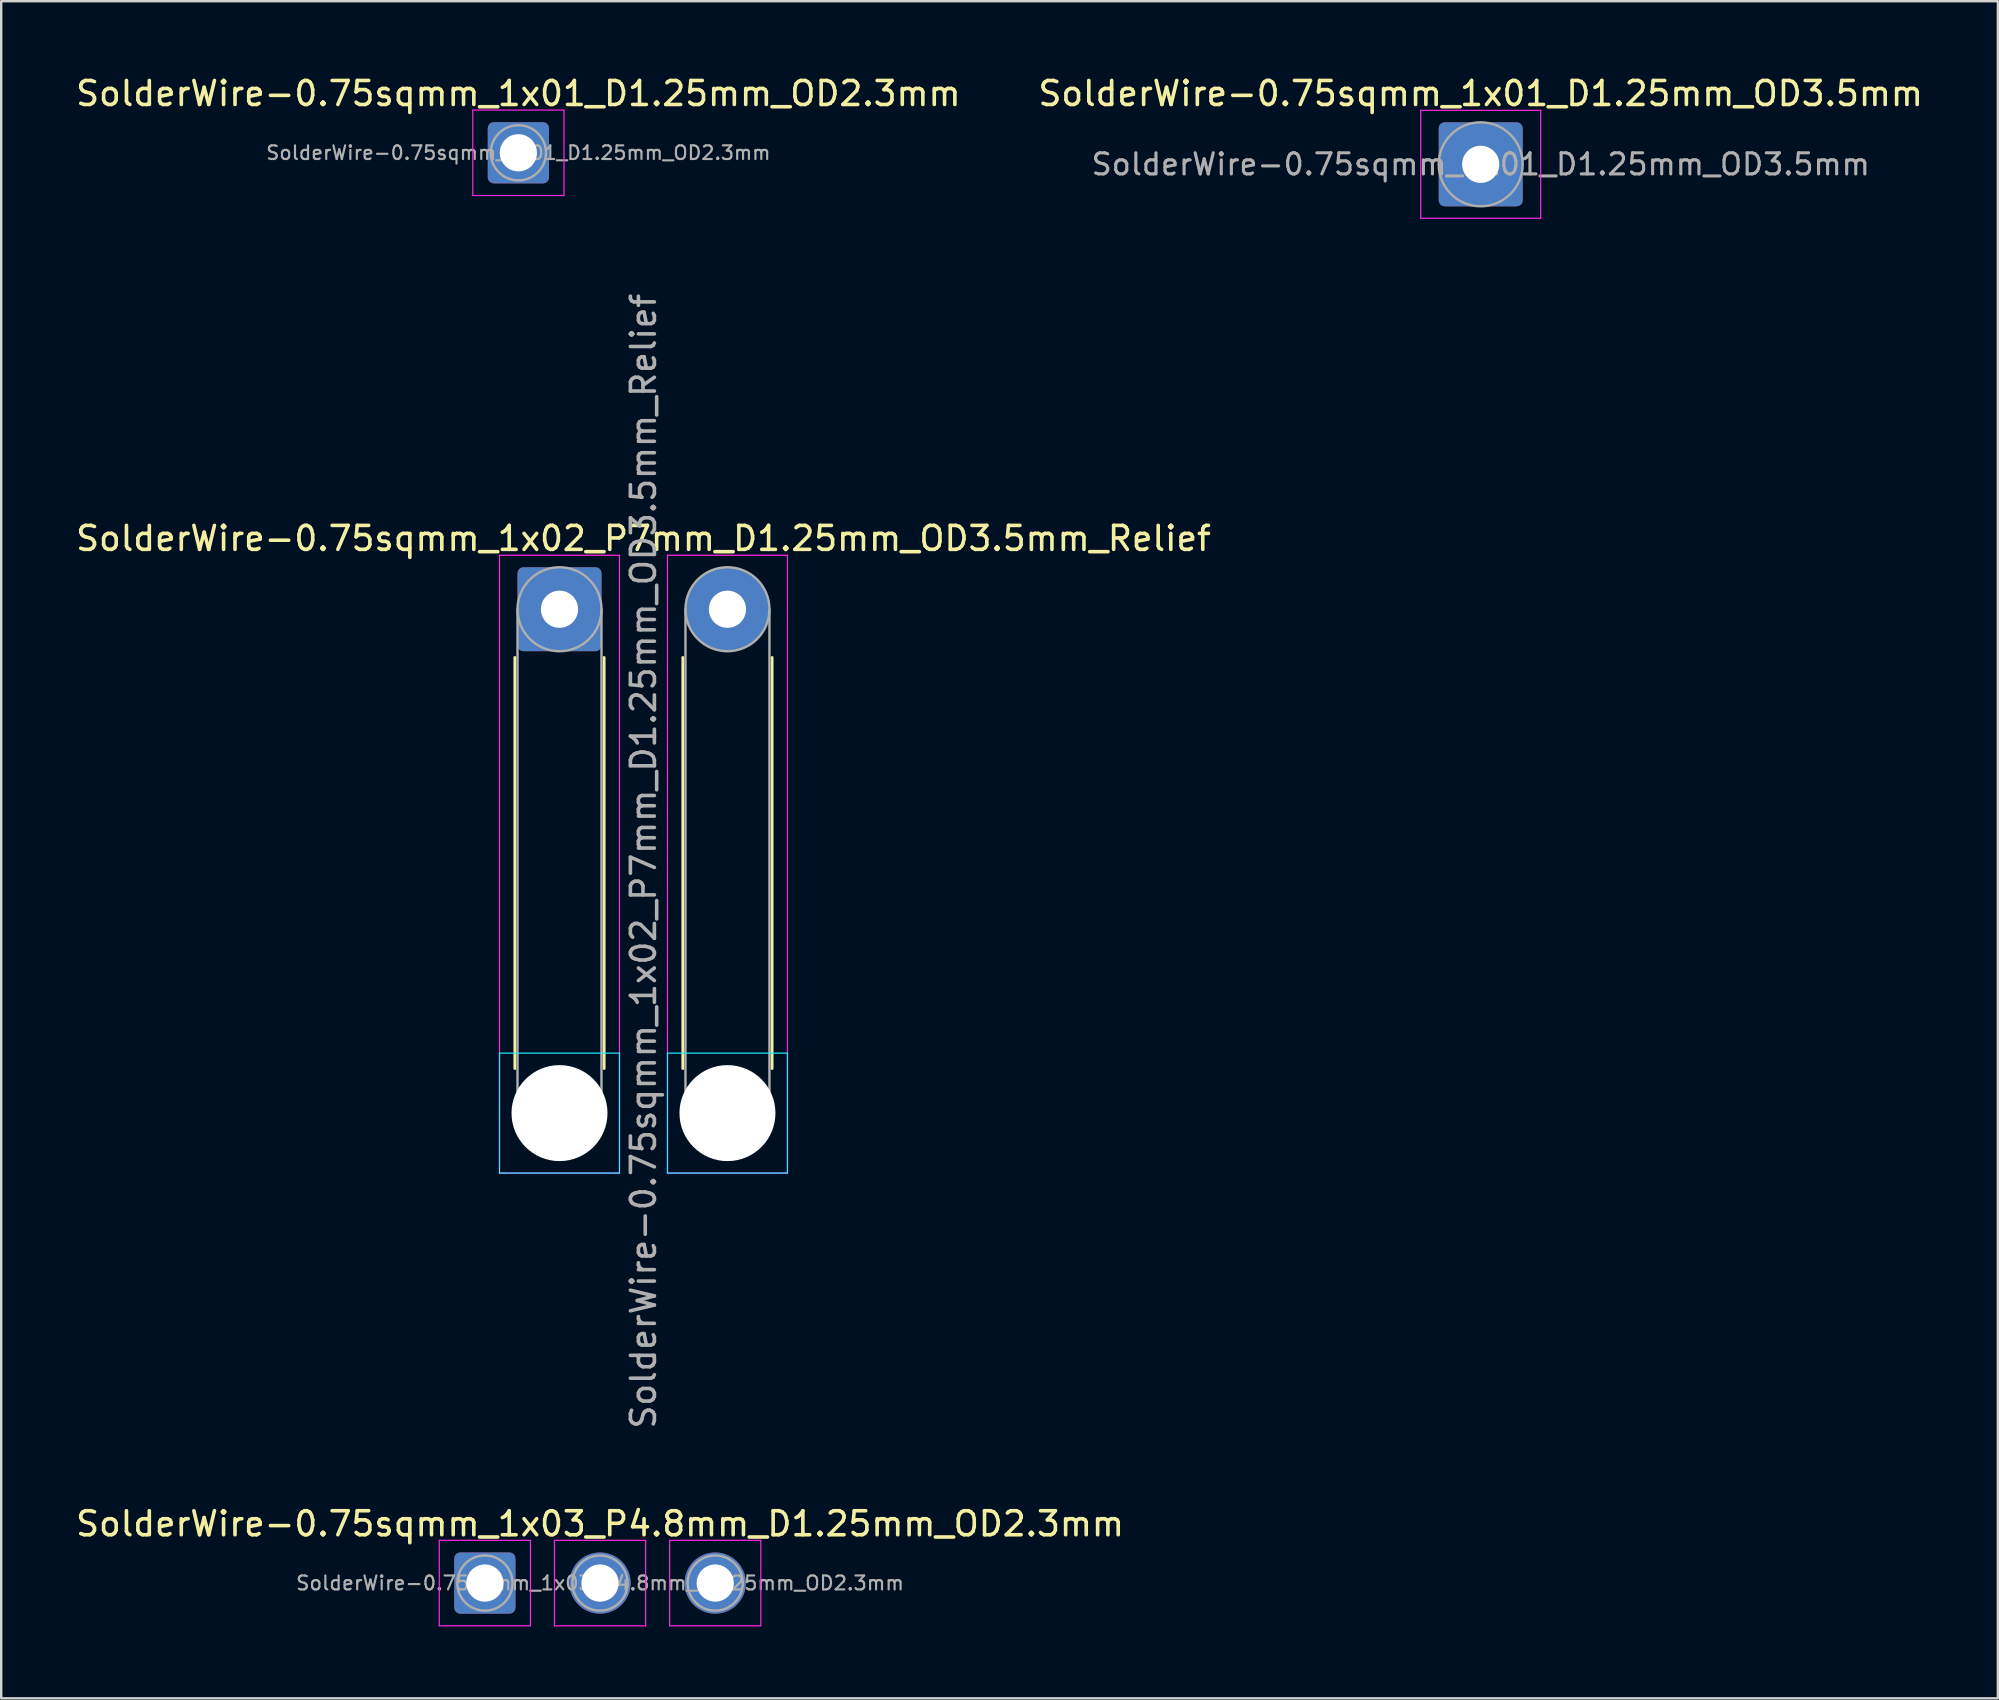
<source format=kicad_pcb>
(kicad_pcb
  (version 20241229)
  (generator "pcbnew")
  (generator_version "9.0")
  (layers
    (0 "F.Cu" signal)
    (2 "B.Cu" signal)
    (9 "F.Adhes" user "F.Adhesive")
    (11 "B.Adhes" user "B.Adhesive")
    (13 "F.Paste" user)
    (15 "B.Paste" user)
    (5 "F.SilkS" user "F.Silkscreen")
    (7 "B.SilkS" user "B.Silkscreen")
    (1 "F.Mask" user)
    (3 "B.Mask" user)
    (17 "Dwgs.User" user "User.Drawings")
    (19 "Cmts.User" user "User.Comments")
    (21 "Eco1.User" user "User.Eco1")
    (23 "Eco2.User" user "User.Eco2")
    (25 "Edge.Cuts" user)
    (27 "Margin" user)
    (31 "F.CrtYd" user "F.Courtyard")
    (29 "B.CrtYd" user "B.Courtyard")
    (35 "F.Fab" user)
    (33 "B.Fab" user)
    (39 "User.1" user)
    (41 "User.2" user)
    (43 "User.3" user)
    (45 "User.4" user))
  (footprint "SolderWire-0.75sqmm_1x01_D1.25mm_OD3.5mm"
    (layer "F.Cu")
    (at 58.661 3.798)
    (property "Reference" "SolderWire-0.75sqmm_1x01_D1.25mm_OD3.5mm" (at 0 -2.95 0) (layer "F.SilkS") (effects (font (size 1 1) (thickness 0.15))))
    (attr exclude_from_pos_files exclude_from_bom)
    (fp_line (start -2.5 -2.25) (end -2.5 2.25) (stroke (width 0.05) (type solid)) (layer "F.CrtYd"))
    (fp_line (start -2.5 2.25) (end 2.5 2.25) (stroke (width 0.05) (type solid)) (layer "F.CrtYd"))
    (fp_line (start 2.5 -2.25) (end -2.5 -2.25) (stroke (width 0.05) (type solid)) (layer "F.CrtYd"))
    (fp_line (start 2.5 2.25) (end 2.5 -2.25) (stroke (width 0.05) (type solid)) (layer "F.CrtYd"))
    (fp_circle (center 0 0) (end 1.75 0) (stroke (width 0.1) (type solid)) (fill no) (layer "F.Fab"))
    (fp_text user "${REFERENCE}" (at 0 0 0) (layer "F.Fab") (effects (font (size 0.88 0.88) (thickness 0.13))))
    (pad "1" thru_hole roundrect (at 0 0) (size 3.5 3.5) (drill 1.55) (layers "*.Cu" "*.Mask") (roundrect_rratio 0.071)))
  (footprint "SolderWire-0.75sqmm_1x01_D1.25mm_OD2.3mm"
    (layer "F.Cu")
    (at 18.554 3.318)
    (property "Reference" "SolderWire-0.75sqmm_1x01_D1.25mm_OD2.3mm" (at 0 -2.47 0) (layer "F.SilkS") (effects (font (size 1 1) (thickness 0.15))))
    (attr exclude_from_pos_files exclude_from_bom)
    (fp_line (start -1.9 -1.78) (end -1.9 1.78) (stroke (width 0.05) (type solid)) (layer "F.CrtYd"))
    (fp_line (start -1.9 1.78) (end 1.9 1.78) (stroke (width 0.05) (type solid)) (layer "F.CrtYd"))
    (fp_line (start 1.9 -1.78) (end -1.9 -1.78) (stroke (width 0.05) (type solid)) (layer "F.CrtYd"))
    (fp_line (start 1.9 1.78) (end 1.9 -1.78) (stroke (width 0.05) (type solid)) (layer "F.CrtYd"))
    (fp_circle (center 0 0) (end 1.15 0) (stroke (width 0.1) (type solid)) (fill no) (layer "F.Fab"))
    (fp_text user "${REFERENCE}" (at 0 0 0) (layer "F.Fab") (effects (font (size 0.57 0.57) (thickness 0.09))))
    (pad "1" thru_hole roundrect (at 0 0) (size 2.55 2.55) (drill 1.55) (layers "*.Cu" "*.Mask") (roundrect_rratio 0.098)))
  (footprint "SolderWire-0.75sqmm_1x03_P4.8mm_D1.25mm_OD2.3mm"
    (layer "F.Cu")
    (at 17.158 62.927)
    (property "Reference" "SolderWire-0.75sqmm_1x03_P4.8mm_D1.25mm_OD2.3mm" (at 4.8 -2.47 0) (layer "F.SilkS") (effects (font (size 1 1) (thickness 0.15))))
    (attr exclude_from_pos_files exclude_from_bom)
    (fp_line (start -1.9 -1.78) (end -1.9 1.78) (stroke (width 0.05) (type solid)) (layer "F.CrtYd"))
    (fp_line (start -1.9 1.78) (end 1.9 1.78) (stroke (width 0.05) (type solid)) (layer "F.CrtYd"))
    (fp_line (start 1.9 -1.78) (end -1.9 -1.78) (stroke (width 0.05) (type solid)) (layer "F.CrtYd"))
    (fp_line (start 1.9 1.78) (end 1.9 -1.78) (stroke (width 0.05) (type solid)) (layer "F.CrtYd"))
    (fp_line (start 2.9 -1.78) (end 2.9 1.78) (stroke (width 0.05) (type solid)) (layer "F.CrtYd"))
    (fp_line (start 2.9 1.78) (end 6.7 1.78) (stroke (width 0.05) (type solid)) (layer "F.CrtYd"))
    (fp_line (start 6.7 -1.78) (end 2.9 -1.78) (stroke (width 0.05) (type solid)) (layer "F.CrtYd"))
    (fp_line (start 6.7 1.78) (end 6.7 -1.78) (stroke (width 0.05) (type solid)) (layer "F.CrtYd"))
    (fp_line (start 7.7 -1.78) (end 7.7 1.78) (stroke (width 0.05) (type solid)) (layer "F.CrtYd"))
    (fp_line (start 7.7 1.78) (end 11.5 1.78) (stroke (width 0.05) (type solid)) (layer "F.CrtYd"))
    (fp_line (start 11.5 -1.78) (end 7.7 -1.78) (stroke (width 0.05) (type solid)) (layer "F.CrtYd"))
    (fp_line (start 11.5 1.78) (end 11.5 -1.78) (stroke (width 0.05) (type solid)) (layer "F.CrtYd"))
    (fp_circle (center 0 0) (end 1.15 0) (stroke (width 0.1) (type solid)) (fill no) (layer "F.Fab"))
    (fp_circle (center 4.8 0) (end 5.95 0) (stroke (width 0.1) (type solid)) (fill no) (layer "F.Fab"))
    (fp_circle (center 9.6 0) (end 10.75 0) (stroke (width 0.1) (type solid)) (fill no) (layer "F.Fab"))
    (fp_text user "${REFERENCE}" (at 4.8 0 0) (layer "F.Fab") (effects (font (size 0.58 0.58) (thickness 0.09))))
    (pad "1" thru_hole roundrect (at 0 0) (size 2.55 2.55) (drill 1.55) (layers "*.Cu" "*.Mask") (roundrect_rratio 0.098))
    (pad "2" thru_hole circle (at 4.8 0) (size 2.55 2.55) (drill 1.55) (layers "*.Cu" "*.Mask"))
    (pad "3" thru_hole circle (at 9.6 0) (size 2.55 2.55) (drill 1.55) (layers "*.Cu" "*.Mask")))
  (footprint "SolderWire-0.75sqmm_1x02_P7mm_D1.25mm_OD3.5mm_Relief"
    (layer "F.Cu")
    (at 20.268 22.341)
    (property "Reference" "SolderWire-0.75sqmm_1x02_P7mm_D1.25mm_OD3.5mm_Relief" (at 3.5 -2.95 0) (layer "F.SilkS") (effects (font (size 1 1) (thickness 0.15))))
    (attr exclude_from_pos_files exclude_from_bom)
    (fp_line (start -1.86 2.01) (end -1.86 19.14) (stroke (width 0.12) (type solid)) (layer "F.SilkS"))
    (fp_line (start 1.86 2.01) (end 1.86 19.14) (stroke (width 0.12) (type solid)) (layer "F.SilkS"))
    (fp_line (start 5.14 2.01) (end 5.14 19.14) (stroke (width 0.12) (type solid)) (layer "F.SilkS"))
    (fp_line (start 8.86 2.01) (end 8.86 19.14) (stroke (width 0.12) (type solid)) (layer "F.SilkS"))
    (fp_line (start -2.5 18.5) (end -2.5 23.5) (stroke (width 0.05) (type solid)) (layer "B.CrtYd"))
    (fp_line (start -2.5 23.5) (end 2.5 23.5) (stroke (width 0.05) (type solid)) (layer "B.CrtYd"))
    (fp_line (start 2.5 18.5) (end -2.5 18.5) (stroke (width 0.05) (type solid)) (layer "B.CrtYd"))
    (fp_line (start 2.5 23.5) (end 2.5 18.5) (stroke (width 0.05) (type solid)) (layer "B.CrtYd"))
    (fp_line (start 4.5 18.5) (end 4.5 23.5) (stroke (width 0.05) (type solid)) (layer "B.CrtYd"))
    (fp_line (start 4.5 23.5) (end 9.5 23.5) (stroke (width 0.05) (type solid)) (layer "B.CrtYd"))
    (fp_line (start 9.5 18.5) (end 4.5 18.5) (stroke (width 0.05) (type solid)) (layer "B.CrtYd"))
    (fp_line (start 9.5 23.5) (end 9.5 18.5) (stroke (width 0.05) (type solid)) (layer "B.CrtYd"))
    (fp_line (start -2.5 -2.25) (end -2.5 23.5) (stroke (width 0.05) (type solid)) (layer "F.CrtYd"))
    (fp_line (start -2.5 23.5) (end 2.5 23.5) (stroke (width 0.05) (type solid)) (layer "F.CrtYd"))
    (fp_line (start 2.5 -2.25) (end -2.5 -2.25) (stroke (width 0.05) (type solid)) (layer "F.CrtYd"))
    (fp_line (start 2.5 23.5) (end 2.5 -2.25) (stroke (width 0.05) (type solid)) (layer "F.CrtYd"))
    (fp_line (start 4.5 -2.25) (end 4.5 23.5) (stroke (width 0.05) (type solid)) (layer "F.CrtYd"))
    (fp_line (start 4.5 23.5) (end 9.5 23.5) (stroke (width 0.05) (type solid)) (layer "F.CrtYd"))
    (fp_line (start 9.5 -2.25) (end 4.5 -2.25) (stroke (width 0.05) (type solid)) (layer "F.CrtYd"))
    (fp_line (start 9.5 23.5) (end 9.5 -2.25) (stroke (width 0.05) (type solid)) (layer "F.CrtYd"))
    (fp_line (start -1.75 0) (end -1.75 21) (stroke (width 0.1) (type solid)) (layer "F.Fab"))
    (fp_line (start 1.75 0) (end 1.75 21) (stroke (width 0.1) (type solid)) (layer "F.Fab"))
    (fp_line (start 5.25 0) (end 5.25 21) (stroke (width 0.1) (type solid)) (layer "F.Fab"))
    (fp_line (start 8.75 0) (end 8.75 21) (stroke (width 0.1) (type solid)) (layer "F.Fab"))
    (fp_circle (center 0 0) (end 1.75 0) (stroke (width 0.1) (type solid)) (fill no) (layer "F.Fab"))
    (fp_circle (center 0 21) (end 1.75 21) (stroke (width 0.1) (type solid)) (fill no) (layer "F.Fab"))
    (fp_circle (center 7 0) (end 8.75 0) (stroke (width 0.1) (type solid)) (fill no) (layer "F.Fab"))
    (fp_circle (center 7 21) (end 8.75 21) (stroke (width 0.1) (type solid)) (fill no) (layer "F.Fab"))
    (fp_text user "${REFERENCE}" (at 3.5 10.5 90) (layer "F.Fab") (effects (font (size 1 1) (thickness 0.15))))
    (pad "" np_thru_hole circle (at 0 21) (size 4 4) (drill 4) (layers "*.Cu" "*.Mask"))
    (pad "" np_thru_hole circle (at 7 21) (size 4 4) (drill 4) (layers "*.Cu" "*.Mask"))
    (pad "1" thru_hole roundrect (at 0 0) (size 3.5 3.5) (drill 1.55) (layers "*.Cu" "*.Mask") (roundrect_rratio 0.071))
    (pad "2" thru_hole circle (at 7 0) (size 3.5 3.5) (drill 1.55) (layers "*.Cu" "*.Mask")))
  (gr_rect
    (start -3 -3)
    (end 80.214 67.732)
    (stroke (width 0.1) (type default))
    (fill no)
    (layer "Edge.Cuts")))
</source>
